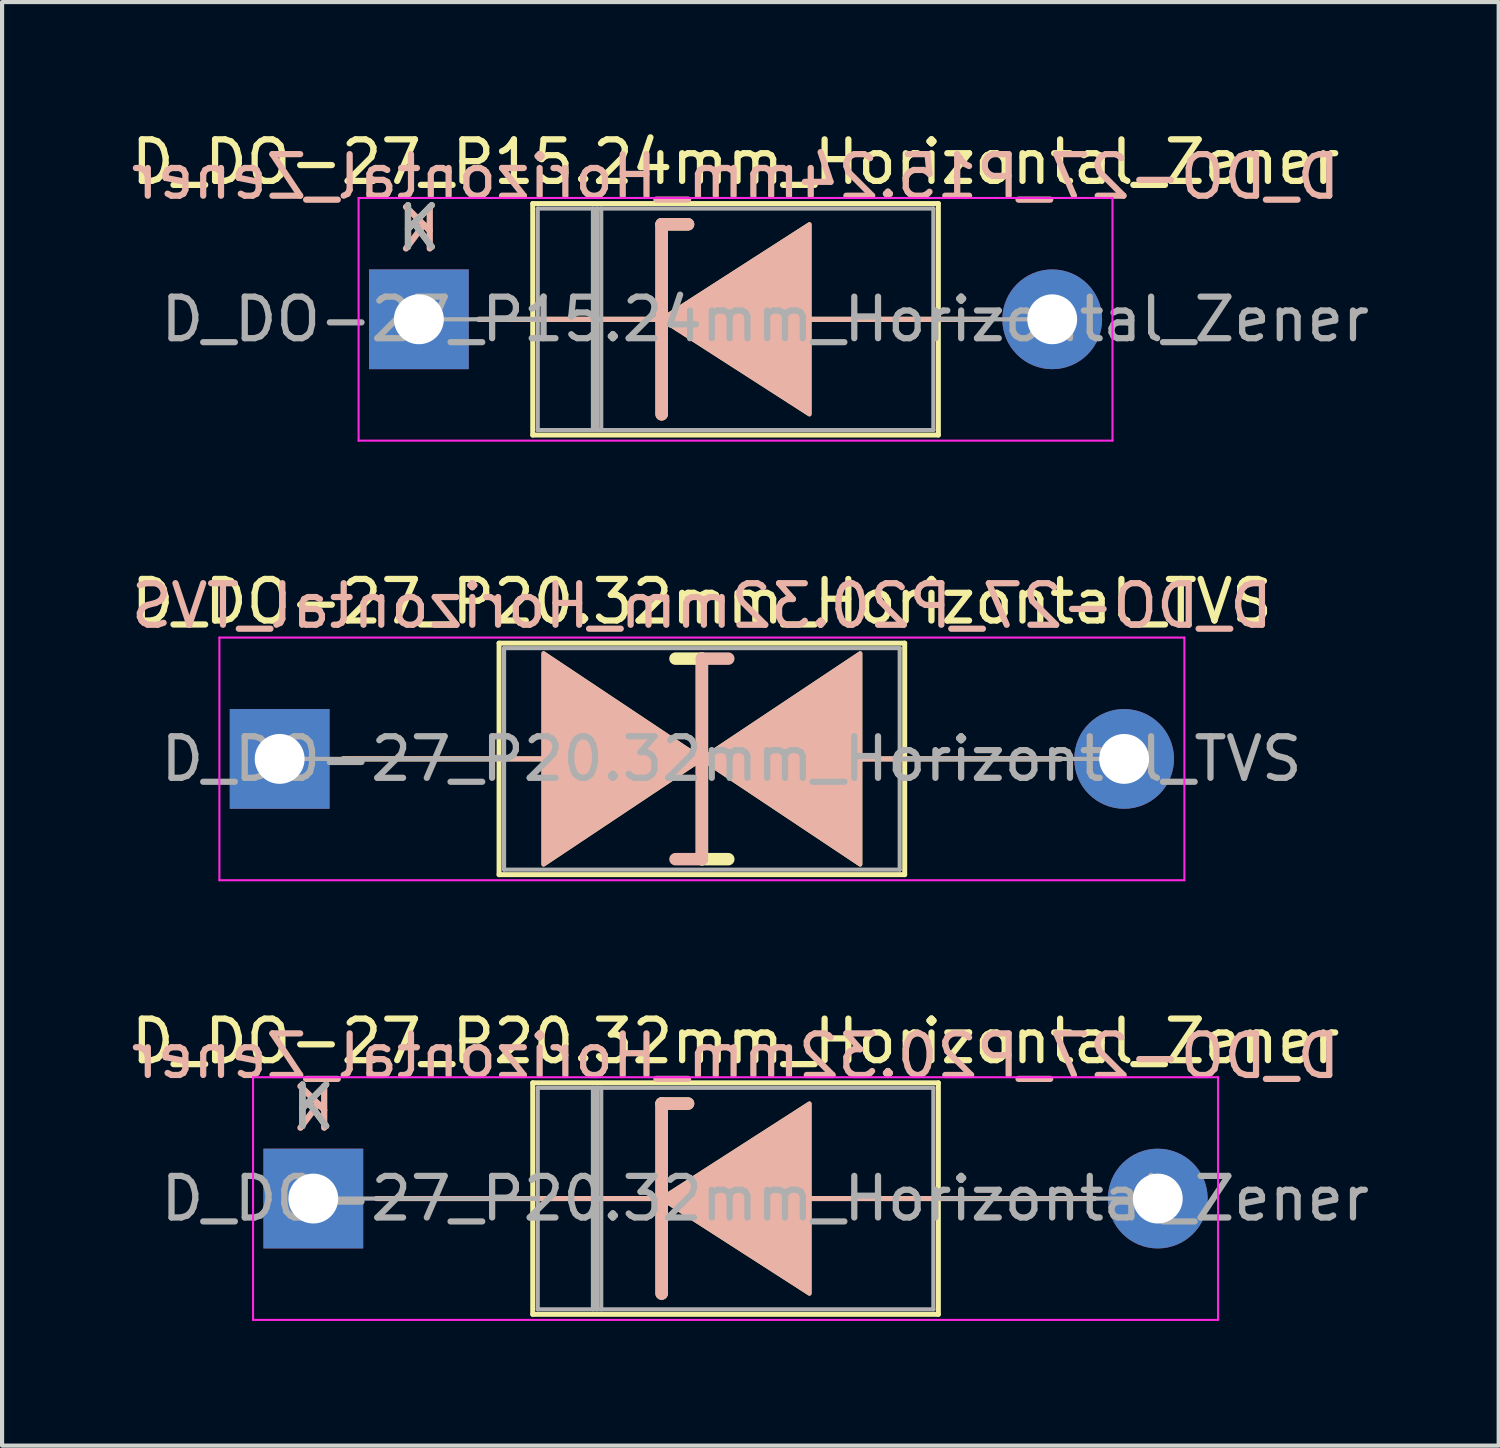
<source format=kicad_pcb>
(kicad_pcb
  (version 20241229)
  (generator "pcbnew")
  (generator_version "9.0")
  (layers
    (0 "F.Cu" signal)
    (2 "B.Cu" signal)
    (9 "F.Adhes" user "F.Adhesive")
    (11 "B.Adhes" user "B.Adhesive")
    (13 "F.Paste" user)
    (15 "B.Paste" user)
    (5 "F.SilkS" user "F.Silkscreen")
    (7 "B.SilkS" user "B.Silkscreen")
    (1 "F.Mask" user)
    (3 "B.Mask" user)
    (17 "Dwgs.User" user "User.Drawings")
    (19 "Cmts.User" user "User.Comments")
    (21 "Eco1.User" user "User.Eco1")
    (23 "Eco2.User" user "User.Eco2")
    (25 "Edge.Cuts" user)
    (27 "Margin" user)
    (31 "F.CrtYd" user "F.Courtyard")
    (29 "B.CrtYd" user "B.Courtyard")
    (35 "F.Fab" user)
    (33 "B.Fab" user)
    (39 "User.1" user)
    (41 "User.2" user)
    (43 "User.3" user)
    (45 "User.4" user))
  (footprint "D_DO-27_P20.32mm_Horizontal_Zener"
    (layer "F.Cu")
    (at 4.489 25.79)
    (property "Reference" "D_DO-27_P20.32mm_Horizontal_Zener" (at 10.16 -3.785 0) (layer "F.SilkS") (effects (font (size 1 1) (thickness 0.15))))
    (fp_line (start 1.524 0) (end 5.28 0) (stroke (width 0.12) (type solid)) (layer "F.SilkS"))
    (fp_line (start 5.28 -2.785) (end 5.28 2.785) (stroke (width 0.12) (type solid)) (layer "F.SilkS"))
    (fp_line (start 5.28 2.785) (end 15.04 2.785) (stroke (width 0.12) (type solid)) (layer "F.SilkS"))
    (fp_line (start 8.382 -2.286) (end 8.382 2.286) (stroke (width 0.3) (type solid)) (layer "F.SilkS"))
    (fp_line (start 8.382 -2.286) (end 9.017 -2.286) (stroke (width 0.3) (type solid)) (layer "F.SilkS"))
    (fp_line (start 8.382 0) (end 5.28 0) (stroke (width 0.12) (type solid)) (layer "F.SilkS"))
    (fp_line (start 11.811 0) (end 15.04 0) (stroke (width 0.12) (type solid)) (layer "F.SilkS"))
    (fp_line (start 15.04 -2.785) (end 5.28 -2.785) (stroke (width 0.12) (type solid)) (layer "F.SilkS"))
    (fp_line (start 15.04 2.785) (end 15.04 -2.785) (stroke (width 0.12) (type solid)) (layer "F.SilkS"))
    (fp_line (start 18.796 0) (end 15.04 0) (stroke (width 0.12) (type solid)) (layer "F.SilkS"))
    (fp_poly (pts (xy 11.938 2.286) (xy 8.382 0) (xy 11.938 -2.286)) (stroke (width 0.1) (type solid)) (fill yes) (layer "F.SilkS"))
    (fp_line (start 1.524 0) (end 5.28 0) (stroke (width 0.12) (type solid)) (layer "B.SilkS"))
    (fp_line (start 8.382 -2.286) (end 9.017 -2.286) (stroke (width 0.3) (type solid)) (layer "B.SilkS"))
    (fp_line (start 8.382 0) (end 5.28 0) (stroke (width 0.12) (type solid)) (layer "B.SilkS"))
    (fp_line (start 8.382 2.286) (end 8.382 -2.286) (stroke (width 0.3) (type solid)) (layer "B.SilkS"))
    (fp_line (start 11.811 0) (end 15.04 0) (stroke (width 0.12) (type solid)) (layer "B.SilkS"))
    (fp_line (start 18.796 0) (end 15.04 0) (stroke (width 0.12) (type solid)) (layer "B.SilkS"))
    (fp_poly (pts (xy 11.938 -2.286) (xy 8.382 0) (xy 11.938 2.286)) (stroke (width 0.1) (type solid)) (fill yes) (layer "B.SilkS"))
    (fp_line (start -1.45 -2.92) (end -1.45 2.92) (stroke (width 0.05) (type solid)) (layer "F.CrtYd"))
    (fp_line (start -1.45 2.92) (end 21.77 2.92) (stroke (width 0.05) (type solid)) (layer "F.CrtYd"))
    (fp_line (start 21.77 -2.92) (end -1.45 -2.92) (stroke (width 0.05) (type solid)) (layer "F.CrtYd"))
    (fp_line (start 21.77 2.92) (end 21.77 -2.92) (stroke (width 0.05) (type solid)) (layer "F.CrtYd"))
    (fp_line (start 0 0) (end 5.4 0) (stroke (width 0.1) (type solid)) (layer "F.Fab"))
    (fp_line (start 5.4 -2.665) (end 5.4 2.665) (stroke (width 0.1) (type solid)) (layer "F.Fab"))
    (fp_line (start 5.4 2.665) (end 14.92 2.665) (stroke (width 0.1) (type solid)) (layer "F.Fab"))
    (fp_line (start 6.728 -2.665) (end 6.728 2.665) (stroke (width 0.1) (type solid)) (layer "F.Fab"))
    (fp_line (start 6.828 -2.665) (end 6.828 2.665) (stroke (width 0.1) (type solid)) (layer "F.Fab"))
    (fp_line (start 6.928 -2.665) (end 6.928 2.665) (stroke (width 0.1) (type solid)) (layer "F.Fab"))
    (fp_line (start 14.92 -2.665) (end 5.4 -2.665) (stroke (width 0.1) (type solid)) (layer "F.Fab"))
    (fp_line (start 14.92 2.665) (end 14.92 -2.665) (stroke (width 0.1) (type solid)) (layer "F.Fab"))
    (fp_line (start 20.32 0) (end 14.92 0) (stroke (width 0.1) (type solid)) (layer "F.Fab"))
    (fp_text user "K" (at 0 -2.2 0) (layer "F.SilkS") (effects (font (size 1 1) (thickness 0.15))))
    (fp_text user "K" (at 0 -2.159 0) (layer "B.SilkS") (effects (font (size 1 1) (thickness 0.15)) (justify mirror)))
    (fp_text user "${REFERENCE}" (at 10.16 -3.429 0) (layer "B.SilkS") (effects (font (size 1 1) (thickness 0.15)) (justify mirror)))
    (fp_text user "${REFERENCE}" (at 10.874 0 0) (layer "F.Fab") (effects (font (size 1 1) (thickness 0.15))))
    (fp_text user "K" (at 0 -2.2 0) (layer "F.Fab") (effects (font (size 1 1) (thickness 0.15))))
    (pad "1" thru_hole rect (at 0 0) (size 2.4 2.4) (drill 1.2) (layers "*.Cu" "*.Mask"))
    (pad "2" thru_hole oval (at 20.32 0) (size 2.4 2.4) (drill 1.2) (layers "*.Cu" "*.Mask")))
  (footprint "D_DO-27_P20.32mm_Horizontal_TVS"
    (layer "F.Cu")
    (at 3.679 15.211)
    (property "Reference" "D_DO-27_P20.32mm_Horizontal_TVS" (at 10.16 -3.785 0) (layer "F.SilkS") (effects (font (size 1 1) (thickness 0.15))))
    (fp_line (start 1.524 0) (end 5.28 0) (stroke (width 0.12) (type solid)) (layer "F.SilkS"))
    (fp_line (start 5.28 -2.785) (end 5.28 2.785) (stroke (width 0.12) (type solid)) (layer "F.SilkS"))
    (fp_line (start 5.28 0) (end 6.35 0) (stroke (width 0.12) (type solid)) (layer "F.SilkS"))
    (fp_line (start 5.28 2.785) (end 15.04 2.785) (stroke (width 0.12) (type solid)) (layer "F.SilkS"))
    (fp_line (start 10.16 -2.413) (end 9.525 -2.413) (stroke (width 0.3) (type solid)) (layer "F.SilkS"))
    (fp_line (start 10.16 2.413) (end 10.16 -2.413) (stroke (width 0.3) (type solid)) (layer "F.SilkS"))
    (fp_line (start 10.795 2.413) (end 10.16 2.413) (stroke (width 0.3) (type solid)) (layer "F.SilkS"))
    (fp_line (start 13.97 0) (end 15.04 0) (stroke (width 0.12) (type solid)) (layer "F.SilkS"))
    (fp_line (start 15.04 -2.785) (end 5.28 -2.785) (stroke (width 0.12) (type solid)) (layer "F.SilkS"))
    (fp_line (start 15.04 2.785) (end 15.04 -2.785) (stroke (width 0.12) (type solid)) (layer "F.SilkS"))
    (fp_line (start 18.796 0) (end 15.04 0) (stroke (width 0.12) (type solid)) (layer "F.SilkS"))
    (fp_poly (pts (xy 10.16 0) (xy 6.35 2.54) (xy 6.35 -2.54)) (stroke (width 0.1) (type solid)) (fill yes) (layer "F.SilkS"))
    (fp_poly (pts (xy 10.16 0) (xy 13.97 -2.54) (xy 13.97 2.54)) (stroke (width 0.1) (type solid)) (fill yes) (layer "F.SilkS"))
    (fp_line (start 1.524 0) (end 5.28 0) (stroke (width 0.12) (type solid)) (layer "B.SilkS"))
    (fp_line (start 5.28 0) (end 6.35 0) (stroke (width 0.12) (type solid)) (layer "B.SilkS"))
    (fp_line (start 10.16 -2.413) (end 10.16 2.413) (stroke (width 0.3) (type solid)) (layer "B.SilkS"))
    (fp_line (start 10.16 2.413) (end 9.525 2.413) (stroke (width 0.3) (type solid)) (layer "B.SilkS"))
    (fp_line (start 10.795 -2.413) (end 10.16 -2.413) (stroke (width 0.3) (type solid)) (layer "B.SilkS"))
    (fp_line (start 13.97 0) (end 15.04 0) (stroke (width 0.12) (type solid)) (layer "B.SilkS"))
    (fp_line (start 18.796 0) (end 15.04 0) (stroke (width 0.12) (type solid)) (layer "B.SilkS"))
    (fp_poly (pts (xy 10.16 0) (xy 6.35 -2.54) (xy 6.35 2.54)) (stroke (width 0.1) (type solid)) (fill yes) (layer "B.SilkS"))
    (fp_poly (pts (xy 10.16 0) (xy 13.97 2.54) (xy 13.97 -2.54)) (stroke (width 0.1) (type solid)) (fill yes) (layer "B.SilkS"))
    (fp_line (start -1.45 -2.92) (end -1.45 2.92) (stroke (width 0.05) (type solid)) (layer "F.CrtYd"))
    (fp_line (start -1.45 2.92) (end 21.77 2.92) (stroke (width 0.05) (type solid)) (layer "F.CrtYd"))
    (fp_line (start 21.77 -2.92) (end -1.45 -2.92) (stroke (width 0.05) (type solid)) (layer "F.CrtYd"))
    (fp_line (start 21.77 2.92) (end 21.77 -2.92) (stroke (width 0.05) (type solid)) (layer "F.CrtYd"))
    (fp_line (start 0 0) (end 5.4 0) (stroke (width 0.1) (type solid)) (layer "F.Fab"))
    (fp_line (start 5.4 -2.665) (end 5.4 2.665) (stroke (width 0.1) (type solid)) (layer "F.Fab"))
    (fp_line (start 5.4 2.665) (end 14.92 2.665) (stroke (width 0.1) (type solid)) (layer "F.Fab"))
    (fp_line (start 14.92 -2.665) (end 5.4 -2.665) (stroke (width 0.1) (type solid)) (layer "F.Fab"))
    (fp_line (start 14.92 2.665) (end 14.92 -2.665) (stroke (width 0.1) (type solid)) (layer "F.Fab"))
    (fp_line (start 20.32 0) (end 14.92 0) (stroke (width 0.1) (type solid)) (layer "F.Fab"))
    (fp_text user "${REFERENCE}" (at 10.16 -3.683 0) (layer "B.SilkS") (effects (font (size 1 1) (thickness 0.15)) (justify mirror)))
    (fp_text user "${REFERENCE}" (at 10.874 0 0) (layer "F.Fab") (effects (font (size 1 1) (thickness 0.15))))
    (pad "1" thru_hole rect (at 0 0) (size 2.4 2.4) (drill 1.2) (layers "*.Cu" "*.Mask"))
    (pad "2" thru_hole oval (at 20.32 0) (size 2.4 2.4) (drill 1.2) (layers "*.Cu" "*.Mask")))
  (footprint "D_DO-27_P15.24mm_Horizontal_Zener"
    (layer "F.Cu")
    (at 7.029 4.633)
    (property "Reference" "D_DO-27_P15.24mm_Horizontal_Zener" (at 7.62 -3.785 0) (layer "F.SilkS") (effects (font (size 1 1) (thickness 0.15))))
    (fp_line (start 1.44 0) (end 2.74 0) (stroke (width 0.12) (type solid)) (layer "F.SilkS"))
    (fp_line (start 2.74 -2.785) (end 2.74 2.785) (stroke (width 0.12) (type solid)) (layer "F.SilkS"))
    (fp_line (start 2.74 2.785) (end 12.5 2.785) (stroke (width 0.12) (type solid)) (layer "F.SilkS"))
    (fp_line (start 5.842 -2.286) (end 5.842 2.286) (stroke (width 0.3) (type solid)) (layer "F.SilkS"))
    (fp_line (start 5.842 -2.286) (end 6.477 -2.286) (stroke (width 0.3) (type solid)) (layer "F.SilkS"))
    (fp_line (start 5.842 0) (end 2.74 0) (stroke (width 0.12) (type solid)) (layer "F.SilkS"))
    (fp_line (start 9.271 0) (end 12.5 0) (stroke (width 0.12) (type solid)) (layer "F.SilkS"))
    (fp_line (start 12.5 -2.785) (end 2.74 -2.785) (stroke (width 0.12) (type solid)) (layer "F.SilkS"))
    (fp_line (start 12.5 2.785) (end 12.5 -2.785) (stroke (width 0.12) (type solid)) (layer "F.SilkS"))
    (fp_line (start 13.8 0) (end 12.5 0) (stroke (width 0.12) (type solid)) (layer "F.SilkS"))
    (fp_poly (pts (xy 9.398 2.286) (xy 5.842 0) (xy 9.398 -2.286)) (stroke (width 0.1) (type solid)) (fill yes) (layer "F.SilkS"))
    (fp_line (start 1.44 0) (end 2.74 0) (stroke (width 0.12) (type solid)) (layer "B.SilkS"))
    (fp_line (start 5.842 -2.286) (end 6.477 -2.286) (stroke (width 0.3) (type solid)) (layer "B.SilkS"))
    (fp_line (start 5.842 0) (end 2.74 0) (stroke (width 0.12) (type solid)) (layer "B.SilkS"))
    (fp_line (start 5.842 2.286) (end 5.842 -2.286) (stroke (width 0.3) (type solid)) (layer "B.SilkS"))
    (fp_line (start 9.271 0) (end 12.5 0) (stroke (width 0.12) (type solid)) (layer "B.SilkS"))
    (fp_line (start 13.8 0) (end 12.5 0) (stroke (width 0.12) (type solid)) (layer "B.SilkS"))
    (fp_poly (pts (xy 9.398 -2.286) (xy 5.842 0) (xy 9.398 2.286)) (stroke (width 0.1) (type solid)) (fill yes) (layer "B.SilkS"))
    (fp_line (start -1.45 -2.92) (end -1.45 2.92) (stroke (width 0.05) (type solid)) (layer "F.CrtYd"))
    (fp_line (start -1.45 2.92) (end 16.69 2.92) (stroke (width 0.05) (type solid)) (layer "F.CrtYd"))
    (fp_line (start 16.69 -2.92) (end -1.45 -2.92) (stroke (width 0.05) (type solid)) (layer "F.CrtYd"))
    (fp_line (start 16.69 2.92) (end 16.69 -2.92) (stroke (width 0.05) (type solid)) (layer "F.CrtYd"))
    (fp_line (start 0 0) (end 2.86 0) (stroke (width 0.1) (type solid)) (layer "F.Fab"))
    (fp_line (start 2.86 -2.665) (end 2.86 2.665) (stroke (width 0.1) (type solid)) (layer "F.Fab"))
    (fp_line (start 2.86 2.665) (end 12.38 2.665) (stroke (width 0.1) (type solid)) (layer "F.Fab"))
    (fp_line (start 4.188 -2.665) (end 4.188 2.665) (stroke (width 0.1) (type solid)) (layer "F.Fab"))
    (fp_line (start 4.288 -2.665) (end 4.288 2.665) (stroke (width 0.1) (type solid)) (layer "F.Fab"))
    (fp_line (start 4.388 -2.665) (end 4.388 2.665) (stroke (width 0.1) (type solid)) (layer "F.Fab"))
    (fp_line (start 12.38 -2.665) (end 2.86 -2.665) (stroke (width 0.1) (type solid)) (layer "F.Fab"))
    (fp_line (start 12.38 2.665) (end 12.38 -2.665) (stroke (width 0.1) (type solid)) (layer "F.Fab"))
    (fp_line (start 15.24 0) (end 12.38 0) (stroke (width 0.1) (type solid)) (layer "F.Fab"))
    (fp_text user "K" (at 0 -2.2 0) (layer "F.SilkS") (effects (font (size 1 1) (thickness 0.15))))
    (fp_text user "${REFERENCE}" (at 7.62 -3.429 0) (layer "B.SilkS") (effects (font (size 1 1) (thickness 0.15)) (justify mirror)))
    (fp_text user "K" (at 0 -2.159 0) (layer "B.SilkS") (effects (font (size 1 1) (thickness 0.15)) (justify mirror)))
    (fp_text user "${REFERENCE}" (at 8.334 0 0) (layer "F.Fab") (effects (font (size 1 1) (thickness 0.15))))
    (fp_text user "K" (at 0 -2.2 0) (layer "F.Fab") (effects (font (size 1 1) (thickness 0.15))))
    (pad "1" thru_hole rect (at 0 0) (size 2.4 2.4) (drill 1.2) (layers "*.Cu" "*.Mask"))
    (pad "2" thru_hole oval (at 15.24 0) (size 2.4 2.4) (drill 1.2) (layers "*.Cu" "*.Mask")))
  (gr_rect
    (start -3 -3)
    (end 33.012 31.735)
    (stroke (width 0.1) (type default))
    (fill no)
    (layer "Edge.Cuts")))
</source>
